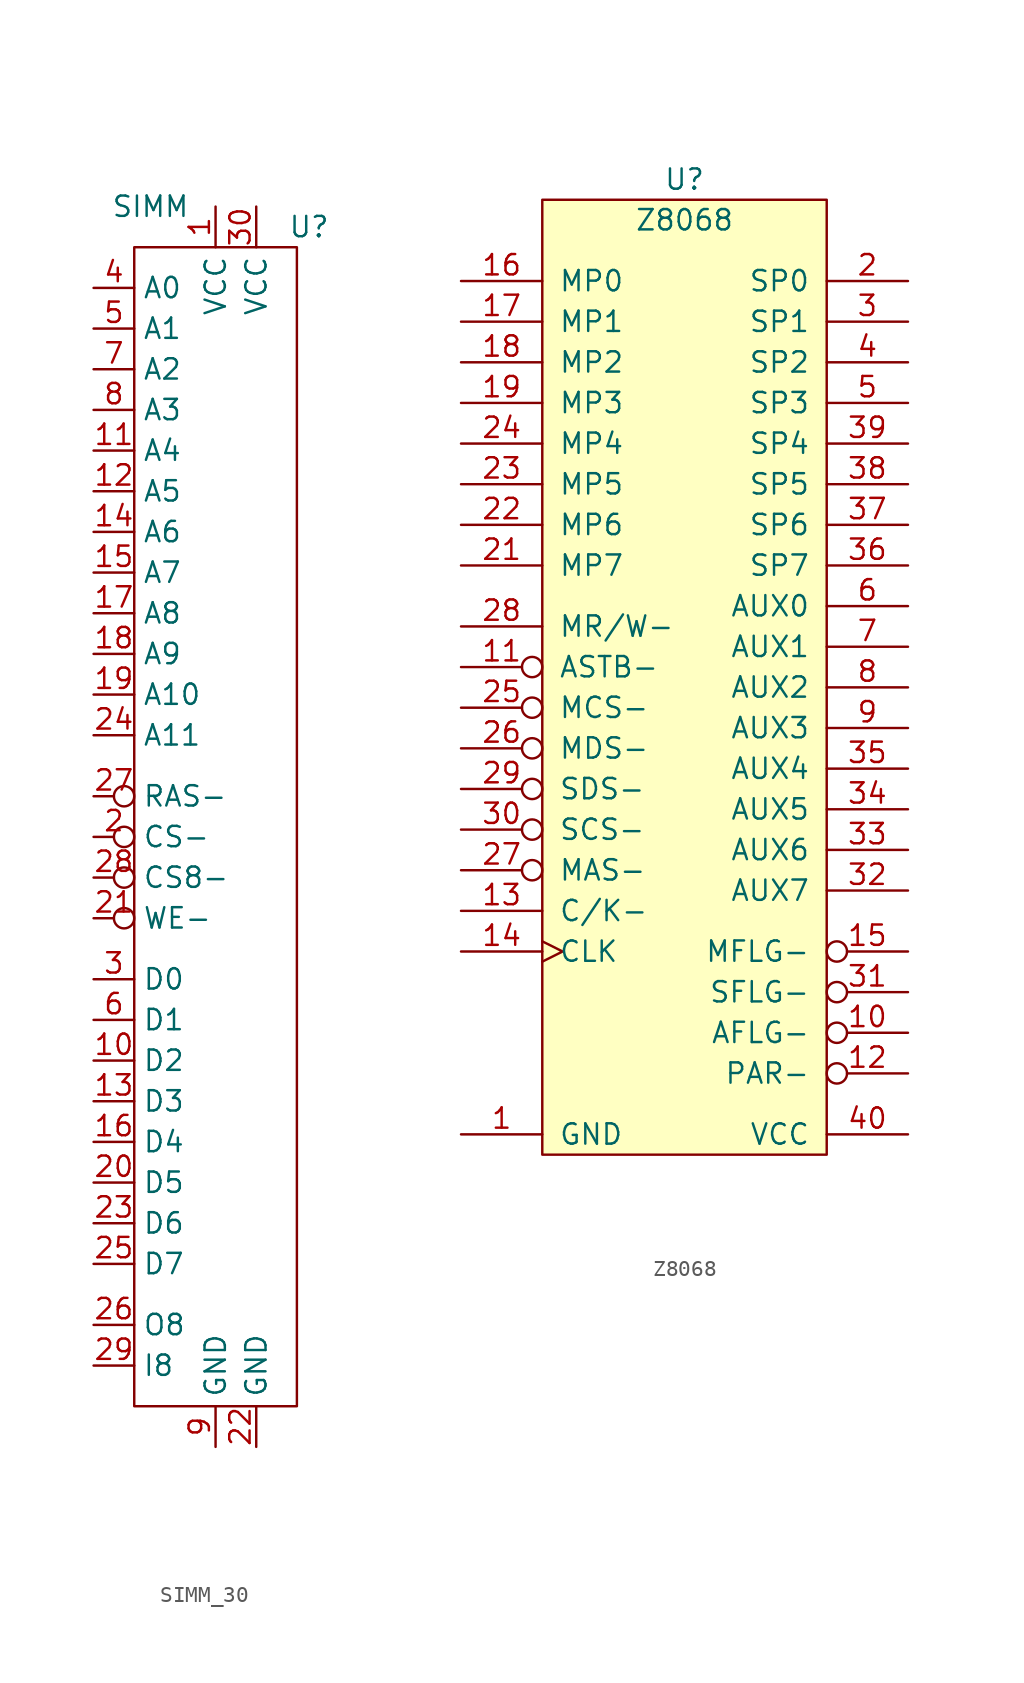
<source format=kicad_sym>
(kicad_symbol_lib
  (version 20231120)
  (generator "kicad_symbol_editor")
  (generator_version "8.0")
  (symbol "SIMM_30"
    (property "Reference" "U"
      (at 8.382 -1.27 0)
      (effects (font (size 1.27 1.27))))
    (property "Value" "SIMM"
      (at -1.524 0 0)
      (effects (font (size 1.27 1.27))))
    (symbol "SIMM_30_0_1"
      (rectangle (start -2.54 -2.54) (end 7.62 -74.93) (stroke (width 0) (type default)) (fill (type none))))
    (symbol "SIMM_30_1_1"
      (pin power_in line (at 2.54 0 270) (length 2.54) (name "VCC" (effects (font (size 1.27 1.27)))) (number "1" (effects (font (size 1.27 1.27)))))
      (pin bidirectional line (at -5.08 -53.34 0) (length 2.54) (name "D2" (effects (font (size 1.27 1.27)))) (number "10" (effects (font (size 1.27 1.27)))))
      (pin input line (at -5.08 -15.24 0) (length 2.54) (name "A4" (effects (font (size 1.27 1.27)))) (number "11" (effects (font (size 1.27 1.27)))))
      (pin input line (at -5.08 -17.78 0) (length 2.54) (name "A5" (effects (font (size 1.27 1.27)))) (number "12" (effects (font (size 1.27 1.27)))))
      (pin bidirectional line (at -5.08 -55.88 0) (length 2.54) (name "D3" (effects (font (size 1.27 1.27)))) (number "13" (effects (font (size 1.27 1.27)))))
      (pin input line (at -5.08 -20.32 0) (length 2.54) (name "A6" (effects (font (size 1.27 1.27)))) (number "14" (effects (font (size 1.27 1.27)))))
      (pin input line (at -5.08 -22.86 0) (length 2.54) (name "A7" (effects (font (size 1.27 1.27)))) (number "15" (effects (font (size 1.27 1.27)))))
      (pin bidirectional line (at -5.08 -58.42 0) (length 2.54) (name "D4" (effects (font (size 1.27 1.27)))) (number "16" (effects (font (size 1.27 1.27)))))
      (pin input line (at -5.08 -25.4 0) (length 2.54) (name "A8" (effects (font (size 1.27 1.27)))) (number "17" (effects (font (size 1.27 1.27)))))
      (pin input line (at -5.08 -27.94 0) (length 2.54) (name "A9" (effects (font (size 1.27 1.27)))) (number "18" (effects (font (size 1.27 1.27)))))
      (pin input line (at -5.08 -30.48 0) (length 2.54) (name "A10" (effects (font (size 1.27 1.27)))) (number "19" (effects (font (size 1.27 1.27)))))
      (pin input inverted (at -5.08 -39.37 0) (length 2.54) (name "CS-" (effects (font (size 1.27 1.27)))) (number "2" (effects (font (size 1.27 1.27)))))
      (pin bidirectional line (at -5.08 -60.96 0) (length 2.54) (name "D5" (effects (font (size 1.27 1.27)))) (number "20" (effects (font (size 1.27 1.27)))))
      (pin input inverted (at -5.08 -44.45 0) (length 2.54) (name "WE-" (effects (font (size 1.27 1.27)))) (number "21" (effects (font (size 1.27 1.27)))))
      (pin power_in line (at 5.08 -77.47 90) (length 2.54) (name "GND" (effects (font (size 1.27 1.27)))) (number "22" (effects (font (size 1.27 1.27)))))
      (pin bidirectional line (at -5.08 -63.5 0) (length 2.54) (name "D6" (effects (font (size 1.27 1.27)))) (number "23" (effects (font (size 1.27 1.27)))))
      (pin input line (at -5.08 -33.02 0) (length 2.54) (name "A11" (effects (font (size 1.27 1.27)))) (number "24" (effects (font (size 1.27 1.27)))))
      (pin bidirectional line (at -5.08 -66.04 0) (length 2.54) (name "D7" (effects (font (size 1.27 1.27)))) (number "25" (effects (font (size 1.27 1.27)))))
      (pin output line (at -5.08 -69.85 0) (length 2.54) (name "O8" (effects (font (size 1.27 1.27)))) (number "26" (effects (font (size 1.27 1.27)))))
      (pin input inverted (at -5.08 -36.83 0) (length 2.54) (name "RAS-" (effects (font (size 1.27 1.27)))) (number "27" (effects (font (size 1.27 1.27)))))
      (pin input inverted (at -5.08 -41.91 0) (length 2.54) (name "CS8-" (effects (font (size 1.27 1.27)))) (number "28" (effects (font (size 1.27 1.27)))))
      (pin input line (at -5.08 -72.39 0) (length 2.54) (name "I8" (effects (font (size 1.27 1.27)))) (number "29" (effects (font (size 1.27 1.27)))))
      (pin bidirectional line (at -5.08 -48.26 0) (length 2.54) (name "D0" (effects (font (size 1.27 1.27)))) (number "3" (effects (font (size 1.27 1.27)))))
      (pin power_in line (at 5.08 0 270) (length 2.54) (name "VCC" (effects (font (size 1.27 1.27)))) (number "30" (effects (font (size 1.27 1.27)))))
      (pin input line (at -5.08 -5.08 0) (length 2.54) (name "A0" (effects (font (size 1.27 1.27)))) (number "4" (effects (font (size 1.27 1.27)))))
      (pin input line (at -5.08 -7.62 0) (length 2.54) (name "A1" (effects (font (size 1.27 1.27)))) (number "5" (effects (font (size 1.27 1.27)))))
      (pin bidirectional line (at -5.08 -50.8 0) (length 2.54) (name "D1" (effects (font (size 1.27 1.27)))) (number "6" (effects (font (size 1.27 1.27)))))
      (pin input line (at -5.08 -10.16 0) (length 2.54) (name "A2" (effects (font (size 1.27 1.27)))) (number "7" (effects (font (size 1.27 1.27)))))
      (pin input line (at -5.08 -12.7 0) (length 2.54) (name "A3" (effects (font (size 1.27 1.27)))) (number "8" (effects (font (size 1.27 1.27)))))
      (pin power_in line (at 2.54 -77.47 90) (length 2.54) (name "GND" (effects (font (size 1.27 1.27)))) (number "9" (effects (font (size 1.27 1.27)))))))
  (symbol "Z8068"
    (pin_names
      (offset 1.016))
    (property "Reference" "U"
      (at 0 1.27 0)
      (effects (font (size 1.27 1.27))))
    (property "Value" "Z8068"
      (at 0 -1.27 0)
      (effects (font (size 1.27 1.27))))
    (symbol "Z8068_0_1"
      (rectangle (start -8.89 0) (end 8.89 -59.69) (stroke (width 0) (type solid)) (fill (type background))))
    (symbol "Z8068_1_1"
      (pin power_in line (at -13.97 -58.42 0) (length 5.08) (name "GND" (effects (font (size 1.27 1.27)))) (number "1" (effects (font (size 1.27 1.27)))))
      (pin output inverted (at 13.97 -52.07 180) (length 5.08) (name "AFLG-" (effects (font (size 1.27 1.27)))) (number "10" (effects (font (size 1.27 1.27)))))
      (pin input inverted (at -13.97 -29.21 0) (length 5.08) (name "ASTB-" (effects (font (size 1.27 1.27)))) (number "11" (effects (font (size 1.27 1.27)))))
      (pin output inverted (at 13.97 -54.61 180) (length 5.08) (name "PAR-" (effects (font (size 1.27 1.27)))) (number "12" (effects (font (size 1.27 1.27)))))
      (pin input line (at -13.97 -44.45 0) (length 5.08) (name "C/K-" (effects (font (size 1.27 1.27)))) (number "13" (effects (font (size 1.27 1.27)))))
      (pin input clock (at -13.97 -46.99 0) (length 5.08) (name "CLK" (effects (font (size 1.27 1.27)))) (number "14" (effects (font (size 1.27 1.27)))))
      (pin output inverted (at 13.97 -46.99 180) (length 5.08) (name "MFLG-" (effects (font (size 1.27 1.27)))) (number "15" (effects (font (size 1.27 1.27)))))
      (pin bidirectional line (at -13.97 -5.08 0) (length 5.08) (name "MP0" (effects (font (size 1.27 1.27)))) (number "16" (effects (font (size 1.27 1.27)))))
      (pin bidirectional line (at -13.97 -7.62 0) (length 5.08) (name "MP1" (effects (font (size 1.27 1.27)))) (number "17" (effects (font (size 1.27 1.27)))))
      (pin bidirectional line (at -13.97 -10.16 0) (length 5.08) (name "MP2" (effects (font (size 1.27 1.27)))) (number "18" (effects (font (size 1.27 1.27)))))
      (pin bidirectional line (at -13.97 -12.7 0) (length 5.08) (name "MP3" (effects (font (size 1.27 1.27)))) (number "19" (effects (font (size 1.27 1.27)))))
      (pin input line (at 13.97 -5.08 180) (length 5.08) (name "SP0" (effects (font (size 1.27 1.27)))) (number "2" (effects (font (size 1.27 1.27)))))
      (pin bidirectional line (at -13.97 -22.86 0) (length 5.08) (name "MP7" (effects (font (size 1.27 1.27)))) (number "21" (effects (font (size 1.27 1.27)))))
      (pin bidirectional line (at -13.97 -20.32 0) (length 5.08) (name "MP6" (effects (font (size 1.27 1.27)))) (number "22" (effects (font (size 1.27 1.27)))))
      (pin bidirectional line (at -13.97 -17.78 0) (length 5.08) (name "MP5" (effects (font (size 1.27 1.27)))) (number "23" (effects (font (size 1.27 1.27)))))
      (pin bidirectional line (at -13.97 -15.24 0) (length 5.08) (name "MP4" (effects (font (size 1.27 1.27)))) (number "24" (effects (font (size 1.27 1.27)))))
      (pin input inverted (at -13.97 -31.75 0) (length 5.08) (name "MCS-" (effects (font (size 1.27 1.27)))) (number "25" (effects (font (size 1.27 1.27)))))
      (pin input inverted (at -13.97 -34.29 0) (length 5.08) (name "MDS-" (effects (font (size 1.27 1.27)))) (number "26" (effects (font (size 1.27 1.27)))))
      (pin input inverted (at -13.97 -41.91 0) (length 5.08) (name "MAS-" (effects (font (size 1.27 1.27)))) (number "27" (effects (font (size 1.27 1.27)))))
      (pin input line (at -13.97 -26.67 0) (length 5.08) (name "MR/W-" (effects (font (size 1.27 1.27)))) (number "28" (effects (font (size 1.27 1.27)))))
      (pin input inverted (at -13.97 -36.83 0) (length 5.08) (name "SDS-" (effects (font (size 1.27 1.27)))) (number "29" (effects (font (size 1.27 1.27)))))
      (pin input line (at 13.97 -7.62 180) (length 5.08) (name "SP1" (effects (font (size 1.27 1.27)))) (number "3" (effects (font (size 1.27 1.27)))))
      (pin input inverted (at -13.97 -39.37 0) (length 5.08) (name "SCS-" (effects (font (size 1.27 1.27)))) (number "30" (effects (font (size 1.27 1.27)))))
      (pin output inverted (at 13.97 -49.53 180) (length 5.08) (name "SFLG-" (effects (font (size 1.27 1.27)))) (number "31" (effects (font (size 1.27 1.27)))))
      (pin input line (at 13.97 -43.18 180) (length 5.08) (name "AUX7" (effects (font (size 1.27 1.27)))) (number "32" (effects (font (size 1.27 1.27)))))
      (pin input line (at 13.97 -40.64 180) (length 5.08) (name "AUX6" (effects (font (size 1.27 1.27)))) (number "33" (effects (font (size 1.27 1.27)))))
      (pin input line (at 13.97 -38.1 180) (length 5.08) (name "AUX5" (effects (font (size 1.27 1.27)))) (number "34" (effects (font (size 1.27 1.27)))))
      (pin input line (at 13.97 -35.56 180) (length 5.08) (name "AUX4" (effects (font (size 1.27 1.27)))) (number "35" (effects (font (size 1.27 1.27)))))
      (pin input line (at 13.97 -22.86 180) (length 5.08) (name "SP7" (effects (font (size 1.27 1.27)))) (number "36" (effects (font (size 1.27 1.27)))))
      (pin input line (at 13.97 -20.32 180) (length 5.08) (name "SP6" (effects (font (size 1.27 1.27)))) (number "37" (effects (font (size 1.27 1.27)))))
      (pin input line (at 13.97 -17.78 180) (length 5.08) (name "SP5" (effects (font (size 1.27 1.27)))) (number "38" (effects (font (size 1.27 1.27)))))
      (pin input line (at 13.97 -15.24 180) (length 5.08) (name "SP4" (effects (font (size 1.27 1.27)))) (number "39" (effects (font (size 1.27 1.27)))))
      (pin input line (at 13.97 -10.16 180) (length 5.08) (name "SP2" (effects (font (size 1.27 1.27)))) (number "4" (effects (font (size 1.27 1.27)))))
      (pin power_in line (at 13.97 -58.42 180) (length 5.08) (name "VCC" (effects (font (size 1.27 1.27)))) (number "40" (effects (font (size 1.27 1.27)))))
      (pin input line (at 13.97 -12.7 180) (length 5.08) (name "SP3" (effects (font (size 1.27 1.27)))) (number "5" (effects (font (size 1.27 1.27)))))
      (pin input line (at 13.97 -25.4 180) (length 5.08) (name "AUX0" (effects (font (size 1.27 1.27)))) (number "6" (effects (font (size 1.27 1.27)))))
      (pin input line (at 13.97 -27.94 180) (length 5.08) (name "AUX1" (effects (font (size 1.27 1.27)))) (number "7" (effects (font (size 1.27 1.27)))))
      (pin input line (at 13.97 -30.48 180) (length 5.08) (name "AUX2" (effects (font (size 1.27 1.27)))) (number "8" (effects (font (size 1.27 1.27)))))
      (pin input line (at 13.97 -33.02 180) (length 5.08) (name "AUX3" (effects (font (size 1.27 1.27)))) (number "9" (effects (font (size 1.27 1.27))))))))
</source>
